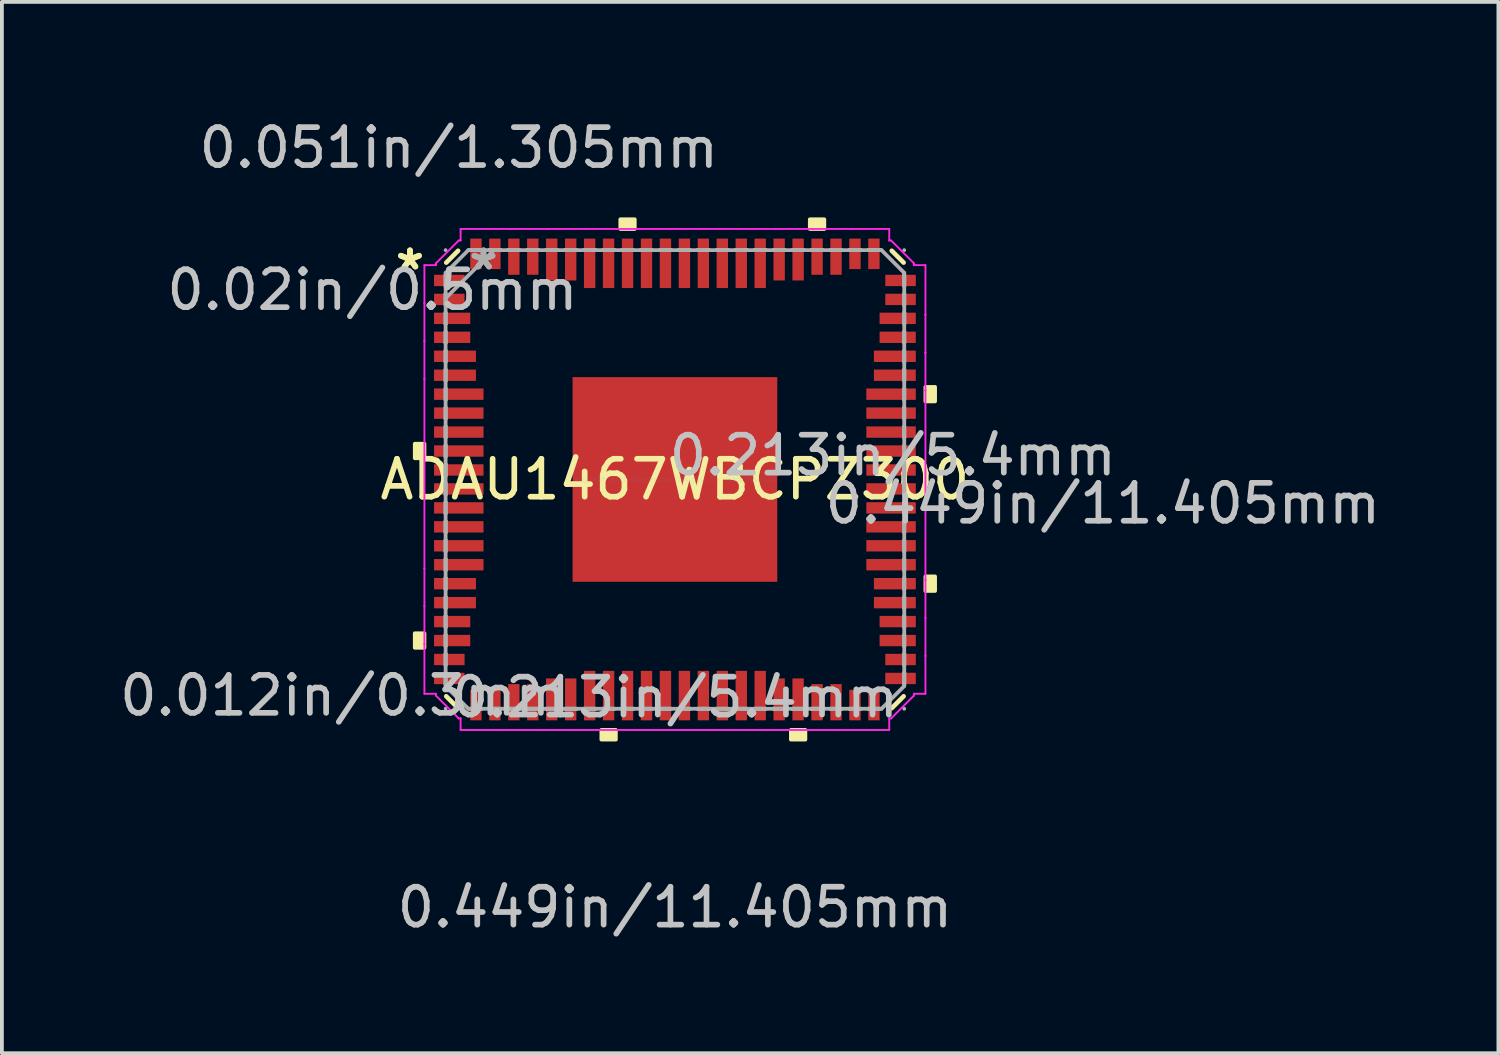
<source format=kicad_pcb>
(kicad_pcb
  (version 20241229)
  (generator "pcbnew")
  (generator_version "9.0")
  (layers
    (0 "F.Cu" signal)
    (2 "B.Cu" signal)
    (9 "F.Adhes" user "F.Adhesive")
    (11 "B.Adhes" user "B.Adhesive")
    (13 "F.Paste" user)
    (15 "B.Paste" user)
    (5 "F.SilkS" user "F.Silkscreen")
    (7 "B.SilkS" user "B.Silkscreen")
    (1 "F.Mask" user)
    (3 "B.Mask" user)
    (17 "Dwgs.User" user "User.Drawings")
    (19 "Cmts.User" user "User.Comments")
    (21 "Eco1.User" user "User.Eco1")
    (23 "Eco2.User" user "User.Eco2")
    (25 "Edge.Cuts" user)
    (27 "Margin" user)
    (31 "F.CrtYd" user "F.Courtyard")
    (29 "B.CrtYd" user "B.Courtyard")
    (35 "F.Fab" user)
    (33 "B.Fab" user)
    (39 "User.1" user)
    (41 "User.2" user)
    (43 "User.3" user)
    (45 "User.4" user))
  (footprint "ADAU1467WBCPZ300"
    (layer "F.Cu")
    (at 14.756 9.599)
    (property "Reference" "ADAU1467WBCPZ300" (at 0 0 0) (layer "F.SilkS") (effects (font (size 1 1) (thickness 0.15))))
    (attr through_hole)
    (fp_line (start -6.034 -5.72) (end -5.72 -6.034) (stroke (width 0.12) (type solid)) (layer "F.SilkS"))
    (fp_line (start -6.034 5.72) (end -5.72 6.034) (stroke (width 0.12) (type solid)) (layer "F.SilkS"))
    (fp_line (start 5.72 -6.034) (end 6.034 -5.72) (stroke (width 0.12) (type solid)) (layer "F.SilkS"))
    (fp_line (start 5.72 6.034) (end 6.034 5.72) (stroke (width 0.12) (type solid)) (layer "F.SilkS"))
    (fp_poly (pts (xy -6.863 -0.941) (xy -6.863 -0.56) (xy -6.609 -0.56) (xy -6.609 -0.941)) (stroke (width 0.1) (type solid)) (fill yes) (layer "F.SilkS"))
    (fp_poly (pts (xy -6.863 4.059) (xy -6.863 4.44) (xy -6.609 4.44) (xy -6.609 4.059)) (stroke (width 0.1) (type solid)) (fill yes) (layer "F.SilkS"))
    (fp_poly (pts (xy -1.94 6.609) (xy -1.94 6.863) (xy -1.559 6.863) (xy -1.559 6.609)) (stroke (width 0.1) (type solid)) (fill yes) (layer "F.SilkS"))
    (fp_poly (pts (xy -1.44 -6.609) (xy -1.44 -6.863) (xy -1.06 -6.863) (xy -1.06 -6.609)) (stroke (width 0.1) (type solid)) (fill yes) (layer "F.SilkS"))
    (fp_poly (pts (xy 3.06 6.609) (xy 3.06 6.863) (xy 3.441 6.863) (xy 3.441 6.609)) (stroke (width 0.1) (type solid)) (fill yes) (layer "F.SilkS"))
    (fp_poly (pts (xy 3.559 -6.609) (xy 3.559 -6.863) (xy 3.941 -6.863) (xy 3.941 -6.609)) (stroke (width 0.1) (type solid)) (fill yes) (layer "F.SilkS"))
    (fp_poly (pts (xy 6.863 -2.441) (xy 6.863 -2.06) (xy 6.609 -2.06) (xy 6.609 -2.441)) (stroke (width 0.1) (type solid)) (fill yes) (layer "F.SilkS"))
    (fp_poly (pts (xy 6.863 2.559) (xy 6.863 2.941) (xy 6.609 2.941) (xy 6.609 2.559)) (stroke (width 0.1) (type solid)) (fill yes) (layer "F.SilkS"))
    (fp_poly (pts (xy -2.6 -2.6) (xy -2.6 -1.45) (xy -1.45 -1.45) (xy -1.45 -2.6)) (stroke (width 0.1) (type solid)) (fill yes) (layer "F.Paste"))
    (fp_poly (pts (xy -2.6 -1.25) (xy -2.6 -0.1) (xy -1.45 -0.1) (xy -1.45 -1.25)) (stroke (width 0.1) (type solid)) (fill yes) (layer "F.Paste"))
    (fp_poly (pts (xy -2.6 0.1) (xy -2.6 1.25) (xy -1.45 1.25) (xy -1.45 0.1)) (stroke (width 0.1) (type solid)) (fill yes) (layer "F.Paste"))
    (fp_poly (pts (xy -2.6 1.45) (xy -2.6 2.6) (xy -1.45 2.6) (xy -1.45 1.45)) (stroke (width 0.1) (type solid)) (fill yes) (layer "F.Paste"))
    (fp_poly (pts (xy -1.25 -2.6) (xy -1.25 -1.45) (xy -0.1 -1.45) (xy -0.1 -2.6)) (stroke (width 0.1) (type solid)) (fill yes) (layer "F.Paste"))
    (fp_poly (pts (xy -1.25 -1.25) (xy -1.25 -0.1) (xy -0.1 -0.1) (xy -0.1 -1.25)) (stroke (width 0.1) (type solid)) (fill yes) (layer "F.Paste"))
    (fp_poly (pts (xy -1.25 0.1) (xy -1.25 1.25) (xy -0.1 1.25) (xy -0.1 0.1)) (stroke (width 0.1) (type solid)) (fill yes) (layer "F.Paste"))
    (fp_poly (pts (xy -1.25 1.45) (xy -1.25 2.6) (xy -0.1 2.6) (xy -0.1 1.45)) (stroke (width 0.1) (type solid)) (fill yes) (layer "F.Paste"))
    (fp_poly (pts (xy 0.1 -2.6) (xy 0.1 -1.45) (xy 1.25 -1.45) (xy 1.25 -2.6)) (stroke (width 0.1) (type solid)) (fill yes) (layer "F.Paste"))
    (fp_poly (pts (xy 0.1 -1.25) (xy 0.1 -0.1) (xy 1.25 -0.1) (xy 1.25 -1.25)) (stroke (width 0.1) (type solid)) (fill yes) (layer "F.Paste"))
    (fp_poly (pts (xy 0.1 0.1) (xy 0.1 1.25) (xy 1.25 1.25) (xy 1.25 0.1)) (stroke (width 0.1) (type solid)) (fill yes) (layer "F.Paste"))
    (fp_poly (pts (xy 0.1 1.45) (xy 0.1 2.6) (xy 1.25 2.6) (xy 1.25 1.45)) (stroke (width 0.1) (type solid)) (fill yes) (layer "F.Paste"))
    (fp_poly (pts (xy 1.45 -2.6) (xy 1.45 -1.45) (xy 2.6 -1.45) (xy 2.6 -2.6)) (stroke (width 0.1) (type solid)) (fill yes) (layer "F.Paste"))
    (fp_poly (pts (xy 1.45 -1.25) (xy 1.45 -0.1) (xy 2.6 -0.1) (xy 2.6 -1.25)) (stroke (width 0.1) (type solid)) (fill yes) (layer "F.Paste"))
    (fp_poly (pts (xy 1.45 0.1) (xy 1.45 1.25) (xy 2.6 1.25) (xy 2.6 0.1)) (stroke (width 0.1) (type solid)) (fill yes) (layer "F.Paste"))
    (fp_poly (pts (xy 1.45 1.45) (xy 1.45 2.6) (xy 2.6 2.6) (xy 2.6 1.45)) (stroke (width 0.1) (type solid)) (fill yes) (layer "F.Paste"))
    (fp_line (start -6.609 -3.654) (end -6.609 -2.654) (stroke (width 0.05) (type solid)) (layer "F.CrtYd"))
    (fp_line (start -6.609 -2.654) (end -6.609 -2.654) (stroke (width 0.05) (type solid)) (layer "F.CrtYd"))
    (fp_line (start -6.609 2.346) (end -6.609 3.346) (stroke (width 0.05) (type solid)) (layer "F.CrtYd"))
    (fp_line (start -6.609 3.346) (end -6.609 3.346) (stroke (width 0.05) (type solid)) (layer "F.CrtYd"))
    (fp_line (start -6.609 -5.654) (end -6.609 -4.654) (stroke (width 0.05) (type solid)) (layer "F.CrtYd"))
    (fp_line (start -6.609 -4.654) (end -6.609 -4.654) (stroke (width 0.05) (type solid)) (layer "F.CrtYd"))
    (fp_line (start -6.609 -2.654) (end -6.609 2.346) (stroke (width 0.05) (type solid)) (layer "F.CrtYd"))
    (fp_line (start -6.609 2.346) (end -6.609 2.346) (stroke (width 0.05) (type solid)) (layer "F.CrtYd"))
    (fp_line (start -6.609 4.346) (end -6.609 5.654) (stroke (width 0.05) (type solid)) (layer "F.CrtYd"))
    (fp_line (start -6.609 5.654) (end -6.304 5.654) (stroke (width 0.05) (type solid)) (layer "F.CrtYd"))
    (fp_line (start -6.609 -4.654) (end -6.609 -3.654) (stroke (width 0.05) (type solid)) (layer "F.CrtYd"))
    (fp_line (start -6.609 -3.654) (end -6.609 -3.654) (stroke (width 0.05) (type solid)) (layer "F.CrtYd"))
    (fp_line (start -6.609 3.346) (end -6.609 4.346) (stroke (width 0.05) (type solid)) (layer "F.CrtYd"))
    (fp_line (start -6.609 4.346) (end -6.609 4.346) (stroke (width 0.05) (type solid)) (layer "F.CrtYd"))
    (fp_line (start -6.304 -5.704) (end -6.304 -5.654) (stroke (width 0.05) (type solid)) (layer "F.CrtYd"))
    (fp_line (start -6.304 -5.654) (end -6.609 -5.654) (stroke (width 0.05) (type solid)) (layer "F.CrtYd"))
    (fp_line (start -6.304 5.654) (end -6.304 5.704) (stroke (width 0.05) (type solid)) (layer "F.CrtYd"))
    (fp_line (start -6.304 5.704) (end -5.704 6.304) (stroke (width 0.05) (type solid)) (layer "F.CrtYd"))
    (fp_line (start -5.704 -6.304) (end -6.304 -5.704) (stroke (width 0.05) (type solid)) (layer "F.CrtYd"))
    (fp_line (start -5.704 6.304) (end -5.654 6.304) (stroke (width 0.05) (type solid)) (layer "F.CrtYd"))
    (fp_line (start -5.654 -6.609) (end -5.654 -6.304) (stroke (width 0.05) (type solid)) (layer "F.CrtYd"))
    (fp_line (start -5.654 -6.304) (end -5.704 -6.304) (stroke (width 0.05) (type solid)) (layer "F.CrtYd"))
    (fp_line (start -5.654 6.304) (end -5.654 6.609) (stroke (width 0.05) (type solid)) (layer "F.CrtYd"))
    (fp_line (start -5.654 6.609) (end -4.654 6.609) (stroke (width 0.05) (type solid)) (layer "F.CrtYd"))
    (fp_line (start -4.654 6.609) (end -3.654 6.609) (stroke (width 0.05) (type solid)) (layer "F.CrtYd"))
    (fp_line (start -4.654 6.609) (end -4.654 6.609) (stroke (width 0.05) (type solid)) (layer "F.CrtYd"))
    (fp_line (start -4.346 -6.609) (end -5.654 -6.609) (stroke (width 0.05) (type solid)) (layer "F.CrtYd"))
    (fp_line (start -4.346 -6.609) (end -4.346 -6.609) (stroke (width 0.05) (type solid)) (layer "F.CrtYd"))
    (fp_line (start -3.654 6.609) (end -3.654 6.609) (stroke (width 0.05) (type solid)) (layer "F.CrtYd"))
    (fp_line (start -3.654 6.609) (end -2.654 6.609) (stroke (width 0.05) (type solid)) (layer "F.CrtYd"))
    (fp_line (start -3.346 -6.609) (end -3.346 -6.609) (stroke (width 0.05) (type solid)) (layer "F.CrtYd"))
    (fp_line (start -3.346 -6.609) (end -4.346 -6.609) (stroke (width 0.05) (type solid)) (layer "F.CrtYd"))
    (fp_line (start -2.654 6.609) (end 2.346 6.609) (stroke (width 0.05) (type solid)) (layer "F.CrtYd"))
    (fp_line (start -2.654 6.609) (end -2.654 6.609) (stroke (width 0.05) (type solid)) (layer "F.CrtYd"))
    (fp_line (start -2.346 -6.609) (end -3.346 -6.609) (stroke (width 0.05) (type solid)) (layer "F.CrtYd"))
    (fp_line (start -2.346 -6.609) (end -2.346 -6.609) (stroke (width 0.05) (type solid)) (layer "F.CrtYd"))
    (fp_line (start 2.346 6.609) (end 2.346 6.609) (stroke (width 0.05) (type solid)) (layer "F.CrtYd"))
    (fp_line (start 2.346 6.609) (end 3.346 6.609) (stroke (width 0.05) (type solid)) (layer "F.CrtYd"))
    (fp_line (start 2.654 -6.609) (end 2.654 -6.609) (stroke (width 0.05) (type solid)) (layer "F.CrtYd"))
    (fp_line (start 2.654 -6.609) (end -2.346 -6.609) (stroke (width 0.05) (type solid)) (layer "F.CrtYd"))
    (fp_line (start 3.346 6.609) (end 4.346 6.609) (stroke (width 0.05) (type solid)) (layer "F.CrtYd"))
    (fp_line (start 3.346 6.609) (end 3.346 6.609) (stroke (width 0.05) (type solid)) (layer "F.CrtYd"))
    (fp_line (start 3.654 -6.609) (end 2.654 -6.609) (stroke (width 0.05) (type solid)) (layer "F.CrtYd"))
    (fp_line (start 3.654 -6.609) (end 3.654 -6.609) (stroke (width 0.05) (type solid)) (layer "F.CrtYd"))
    (fp_line (start 4.346 6.609) (end 4.346 6.609) (stroke (width 0.05) (type solid)) (layer "F.CrtYd"))
    (fp_line (start 4.346 6.609) (end 5.654 6.609) (stroke (width 0.05) (type solid)) (layer "F.CrtYd"))
    (fp_line (start 4.654 -6.609) (end 4.654 -6.609) (stroke (width 0.05) (type solid)) (layer "F.CrtYd"))
    (fp_line (start 4.654 -6.609) (end 3.654 -6.609) (stroke (width 0.05) (type solid)) (layer "F.CrtYd"))
    (fp_line (start 5.654 -6.609) (end 4.654 -6.609) (stroke (width 0.05) (type solid)) (layer "F.CrtYd"))
    (fp_line (start 5.654 -6.304) (end 5.654 -6.609) (stroke (width 0.05) (type solid)) (layer "F.CrtYd"))
    (fp_line (start 5.654 6.304) (end 5.704 6.304) (stroke (width 0.05) (type solid)) (layer "F.CrtYd"))
    (fp_line (start 5.654 6.609) (end 5.654 6.304) (stroke (width 0.05) (type solid)) (layer "F.CrtYd"))
    (fp_line (start 5.704 -6.304) (end 5.654 -6.304) (stroke (width 0.05) (type solid)) (layer "F.CrtYd"))
    (fp_line (start 5.704 6.304) (end 6.304 5.704) (stroke (width 0.05) (type solid)) (layer "F.CrtYd"))
    (fp_line (start 6.304 -5.704) (end 5.704 -6.304) (stroke (width 0.05) (type solid)) (layer "F.CrtYd"))
    (fp_line (start 6.304 -5.654) (end 6.304 -5.704) (stroke (width 0.05) (type solid)) (layer "F.CrtYd"))
    (fp_line (start 6.304 5.654) (end 6.609 5.654) (stroke (width 0.05) (type solid)) (layer "F.CrtYd"))
    (fp_line (start 6.304 5.704) (end 6.304 5.654) (stroke (width 0.05) (type solid)) (layer "F.CrtYd"))
    (fp_line (start 6.609 -4.346) (end 6.609 -4.346) (stroke (width 0.05) (type solid)) (layer "F.CrtYd"))
    (fp_line (start 6.609 -3.346) (end 6.609 -4.346) (stroke (width 0.05) (type solid)) (layer "F.CrtYd"))
    (fp_line (start 6.609 3.654) (end 6.609 3.654) (stroke (width 0.05) (type solid)) (layer "F.CrtYd"))
    (fp_line (start 6.609 4.654) (end 6.609 3.654) (stroke (width 0.05) (type solid)) (layer "F.CrtYd"))
    (fp_line (start 6.609 -5.654) (end 6.304 -5.654) (stroke (width 0.05) (type solid)) (layer "F.CrtYd"))
    (fp_line (start 6.609 -4.346) (end 6.609 -5.654) (stroke (width 0.05) (type solid)) (layer "F.CrtYd"))
    (fp_line (start 6.609 -2.346) (end 6.609 -2.346) (stroke (width 0.05) (type solid)) (layer "F.CrtYd"))
    (fp_line (start 6.609 2.654) (end 6.609 -2.346) (stroke (width 0.05) (type solid)) (layer "F.CrtYd"))
    (fp_line (start 6.609 4.654) (end 6.609 4.654) (stroke (width 0.05) (type solid)) (layer "F.CrtYd"))
    (fp_line (start 6.609 5.654) (end 6.609 4.654) (stroke (width 0.05) (type solid)) (layer "F.CrtYd"))
    (fp_line (start 6.609 -3.346) (end 6.609 -3.346) (stroke (width 0.05) (type solid)) (layer "F.CrtYd"))
    (fp_line (start 6.609 -2.346) (end 6.609 -3.346) (stroke (width 0.05) (type solid)) (layer "F.CrtYd"))
    (fp_line (start 6.609 2.654) (end 6.609 2.654) (stroke (width 0.05) (type solid)) (layer "F.CrtYd"))
    (fp_line (start 6.609 3.654) (end 6.609 2.654) (stroke (width 0.05) (type solid)) (layer "F.CrtYd"))
    (fp_line (start -6.05 -6.05) (end -6.05 -6.05) (stroke (width 0.1) (type solid)) (layer "F.Fab"))
    (fp_line (start -6.05 -5.45) (end -6.05 5.45) (stroke (width 0.1) (type solid)) (layer "F.Fab"))
    (fp_line (start -6.05 -5.45) (end -5.45 -6.05) (stroke (width 0.1) (type solid)) (layer "F.Fab"))
    (fp_line (start -6.05 -5.4) (end -6.05 -5.4) (stroke (width 0.1) (type solid)) (layer "F.Fab"))
    (fp_line (start -6.05 -5.4) (end -6.05 -5.1) (stroke (width 0.1) (type solid)) (layer "F.Fab"))
    (fp_line (start -6.05 -5.1) (end -6.05 -5.4) (stroke (width 0.1) (type solid)) (layer "F.Fab"))
    (fp_line (start -6.05 -5.1) (end -6.05 -5.1) (stroke (width 0.1) (type solid)) (layer "F.Fab"))
    (fp_line (start -6.05 -4.9) (end -6.05 -4.9) (stroke (width 0.1) (type solid)) (layer "F.Fab"))
    (fp_line (start -6.05 -4.9) (end -6.05 -4.6) (stroke (width 0.1) (type solid)) (layer "F.Fab"))
    (fp_line (start -6.05 -4.78) (end -4.78 -6.05) (stroke (width 0.1) (type solid)) (layer "F.Fab"))
    (fp_line (start -6.05 -4.6) (end -6.05 -4.9) (stroke (width 0.1) (type solid)) (layer "F.Fab"))
    (fp_line (start -6.05 -4.6) (end -6.05 -4.6) (stroke (width 0.1) (type solid)) (layer "F.Fab"))
    (fp_line (start -6.05 -4.4) (end -6.05 -4.4) (stroke (width 0.1) (type solid)) (layer "F.Fab"))
    (fp_line (start -6.05 -4.4) (end -6.05 -4.1) (stroke (width 0.1) (type solid)) (layer "F.Fab"))
    (fp_line (start -6.05 -4.1) (end -6.05 -4.4) (stroke (width 0.1) (type solid)) (layer "F.Fab"))
    (fp_line (start -6.05 -4.1) (end -6.05 -4.1) (stroke (width 0.1) (type solid)) (layer "F.Fab"))
    (fp_line (start -6.05 -3.9) (end -6.05 -3.9) (stroke (width 0.1) (type solid)) (layer "F.Fab"))
    (fp_line (start -6.05 -3.9) (end -6.05 -3.6) (stroke (width 0.1) (type solid)) (layer "F.Fab"))
    (fp_line (start -6.05 -3.6) (end -6.05 -3.9) (stroke (width 0.1) (type solid)) (layer "F.Fab"))
    (fp_line (start -6.05 -3.6) (end -6.05 -3.6) (stroke (width 0.1) (type solid)) (layer "F.Fab"))
    (fp_line (start -6.05 -3.4) (end -6.05 -3.4) (stroke (width 0.1) (type solid)) (layer "F.Fab"))
    (fp_line (start -6.05 -3.4) (end -6.05 -3.1) (stroke (width 0.1) (type solid)) (layer "F.Fab"))
    (fp_line (start -6.05 -3.1) (end -6.05 -3.4) (stroke (width 0.1) (type solid)) (layer "F.Fab"))
    (fp_line (start -6.05 -3.1) (end -6.05 -3.1) (stroke (width 0.1) (type solid)) (layer "F.Fab"))
    (fp_line (start -6.05 -2.9) (end -6.05 -2.9) (stroke (width 0.1) (type solid)) (layer "F.Fab"))
    (fp_line (start -6.05 -2.9) (end -6.05 -2.6) (stroke (width 0.1) (type solid)) (layer "F.Fab"))
    (fp_line (start -6.05 -2.6) (end -6.05 -2.9) (stroke (width 0.1) (type solid)) (layer "F.Fab"))
    (fp_line (start -6.05 -2.6) (end -6.05 -2.6) (stroke (width 0.1) (type solid)) (layer "F.Fab"))
    (fp_line (start -6.05 -2.4) (end -6.05 -2.4) (stroke (width 0.1) (type solid)) (layer "F.Fab"))
    (fp_line (start -6.05 -2.4) (end -6.05 -2.1) (stroke (width 0.1) (type solid)) (layer "F.Fab"))
    (fp_line (start -6.05 -2.1) (end -6.05 -2.4) (stroke (width 0.1) (type solid)) (layer "F.Fab"))
    (fp_line (start -6.05 -2.1) (end -6.05 -2.1) (stroke (width 0.1) (type solid)) (layer "F.Fab"))
    (fp_line (start -6.05 -1.9) (end -6.05 -1.9) (stroke (width 0.1) (type solid)) (layer "F.Fab"))
    (fp_line (start -6.05 -1.9) (end -6.05 -1.6) (stroke (width 0.1) (type solid)) (layer "F.Fab"))
    (fp_line (start -6.05 -1.6) (end -6.05 -1.9) (stroke (width 0.1) (type solid)) (layer "F.Fab"))
    (fp_line (start -6.05 -1.6) (end -6.05 -1.6) (stroke (width 0.1) (type solid)) (layer "F.Fab"))
    (fp_line (start -6.05 -1.4) (end -6.05 -1.4) (stroke (width 0.1) (type solid)) (layer "F.Fab"))
    (fp_line (start -6.05 -1.4) (end -6.05 -1.1) (stroke (width 0.1) (type solid)) (layer "F.Fab"))
    (fp_line (start -6.05 -1.1) (end -6.05 -1.4) (stroke (width 0.1) (type solid)) (layer "F.Fab"))
    (fp_line (start -6.05 -1.1) (end -6.05 -1.1) (stroke (width 0.1) (type solid)) (layer "F.Fab"))
    (fp_line (start -6.05 -0.9) (end -6.05 -0.9) (stroke (width 0.1) (type solid)) (layer "F.Fab"))
    (fp_line (start -6.05 -0.9) (end -6.05 -0.6) (stroke (width 0.1) (type solid)) (layer "F.Fab"))
    (fp_line (start -6.05 -0.6) (end -6.05 -0.9) (stroke (width 0.1) (type solid)) (layer "F.Fab"))
    (fp_line (start -6.05 -0.6) (end -6.05 -0.6) (stroke (width 0.1) (type solid)) (layer "F.Fab"))
    (fp_line (start -6.05 -0.4) (end -6.05 -0.4) (stroke (width 0.1) (type solid)) (layer "F.Fab"))
    (fp_line (start -6.05 -0.4) (end -6.05 -0.1) (stroke (width 0.1) (type solid)) (layer "F.Fab"))
    (fp_line (start -6.05 -0.1) (end -6.05 -0.4) (stroke (width 0.1) (type solid)) (layer "F.Fab"))
    (fp_line (start -6.05 -0.1) (end -6.05 -0.1) (stroke (width 0.1) (type solid)) (layer "F.Fab"))
    (fp_line (start -6.05 0.1) (end -6.05 0.1) (stroke (width 0.1) (type solid)) (layer "F.Fab"))
    (fp_line (start -6.05 0.1) (end -6.05 0.4) (stroke (width 0.1) (type solid)) (layer "F.Fab"))
    (fp_line (start -6.05 0.4) (end -6.05 0.1) (stroke (width 0.1) (type solid)) (layer "F.Fab"))
    (fp_line (start -6.05 0.4) (end -6.05 0.4) (stroke (width 0.1) (type solid)) (layer "F.Fab"))
    (fp_line (start -6.05 0.6) (end -6.05 0.6) (stroke (width 0.1) (type solid)) (layer "F.Fab"))
    (fp_line (start -6.05 0.6) (end -6.05 0.9) (stroke (width 0.1) (type solid)) (layer "F.Fab"))
    (fp_line (start -6.05 0.9) (end -6.05 0.6) (stroke (width 0.1) (type solid)) (layer "F.Fab"))
    (fp_line (start -6.05 0.9) (end -6.05 0.9) (stroke (width 0.1) (type solid)) (layer "F.Fab"))
    (fp_line (start -6.05 1.1) (end -6.05 1.1) (stroke (width 0.1) (type solid)) (layer "F.Fab"))
    (fp_line (start -6.05 1.1) (end -6.05 1.4) (stroke (width 0.1) (type solid)) (layer "F.Fab"))
    (fp_line (start -6.05 1.4) (end -6.05 1.1) (stroke (width 0.1) (type solid)) (layer "F.Fab"))
    (fp_line (start -6.05 1.4) (end -6.05 1.4) (stroke (width 0.1) (type solid)) (layer "F.Fab"))
    (fp_line (start -6.05 1.6) (end -6.05 1.6) (stroke (width 0.1) (type solid)) (layer "F.Fab"))
    (fp_line (start -6.05 1.6) (end -6.05 1.9) (stroke (width 0.1) (type solid)) (layer "F.Fab"))
    (fp_line (start -6.05 1.9) (end -6.05 1.6) (stroke (width 0.1) (type solid)) (layer "F.Fab"))
    (fp_line (start -6.05 1.9) (end -6.05 1.9) (stroke (width 0.1) (type solid)) (layer "F.Fab"))
    (fp_line (start -6.05 2.1) (end -6.05 2.1) (stroke (width 0.1) (type solid)) (layer "F.Fab"))
    (fp_line (start -6.05 2.1) (end -6.05 2.4) (stroke (width 0.1) (type solid)) (layer "F.Fab"))
    (fp_line (start -6.05 2.4) (end -6.05 2.1) (stroke (width 0.1) (type solid)) (layer "F.Fab"))
    (fp_line (start -6.05 2.4) (end -6.05 2.4) (stroke (width 0.1) (type solid)) (layer "F.Fab"))
    (fp_line (start -6.05 2.6) (end -6.05 2.6) (stroke (width 0.1) (type solid)) (layer "F.Fab"))
    (fp_line (start -6.05 2.6) (end -6.05 2.9) (stroke (width 0.1) (type solid)) (layer "F.Fab"))
    (fp_line (start -6.05 2.9) (end -6.05 2.6) (stroke (width 0.1) (type solid)) (layer "F.Fab"))
    (fp_line (start -6.05 2.9) (end -6.05 2.9) (stroke (width 0.1) (type solid)) (layer "F.Fab"))
    (fp_line (start -6.05 3.1) (end -6.05 3.1) (stroke (width 0.1) (type solid)) (layer "F.Fab"))
    (fp_line (start -6.05 3.1) (end -6.05 3.4) (stroke (width 0.1) (type solid)) (layer "F.Fab"))
    (fp_line (start -6.05 3.4) (end -6.05 3.1) (stroke (width 0.1) (type solid)) (layer "F.Fab"))
    (fp_line (start -6.05 3.4) (end -6.05 3.4) (stroke (width 0.1) (type solid)) (layer "F.Fab"))
    (fp_line (start -6.05 3.6) (end -6.05 3.6) (stroke (width 0.1) (type solid)) (layer "F.Fab"))
    (fp_line (start -6.05 3.6) (end -6.05 3.9) (stroke (width 0.1) (type solid)) (layer "F.Fab"))
    (fp_line (start -6.05 3.9) (end -6.05 3.6) (stroke (width 0.1) (type solid)) (layer "F.Fab"))
    (fp_line (start -6.05 3.9) (end -6.05 3.9) (stroke (width 0.1) (type solid)) (layer "F.Fab"))
    (fp_line (start -6.05 4.1) (end -6.05 4.1) (stroke (width 0.1) (type solid)) (layer "F.Fab"))
    (fp_line (start -6.05 4.1) (end -6.05 4.4) (stroke (width 0.1) (type solid)) (layer "F.Fab"))
    (fp_line (start -6.05 4.4) (end -6.05 4.1) (stroke (width 0.1) (type solid)) (layer "F.Fab"))
    (fp_line (start -6.05 4.4) (end -6.05 4.4) (stroke (width 0.1) (type solid)) (layer "F.Fab"))
    (fp_line (start -6.05 4.6) (end -6.05 4.6) (stroke (width 0.1) (type solid)) (layer "F.Fab"))
    (fp_line (start -6.05 4.6) (end -6.05 4.9) (stroke (width 0.1) (type solid)) (layer "F.Fab"))
    (fp_line (start -6.05 4.9) (end -6.05 4.6) (stroke (width 0.1) (type solid)) (layer "F.Fab"))
    (fp_line (start -6.05 4.9) (end -6.05 4.9) (stroke (width 0.1) (type solid)) (layer "F.Fab"))
    (fp_line (start -6.05 5.1) (end -6.05 5.1) (stroke (width 0.1) (type solid)) (layer "F.Fab"))
    (fp_line (start -6.05 5.1) (end -6.05 5.4) (stroke (width 0.1) (type solid)) (layer "F.Fab"))
    (fp_line (start -6.05 5.4) (end -6.05 5.1) (stroke (width 0.1) (type solid)) (layer "F.Fab"))
    (fp_line (start -6.05 5.4) (end -6.05 5.4) (stroke (width 0.1) (type solid)) (layer "F.Fab"))
    (fp_line (start -6.05 5.45) (end -5.45 6.05) (stroke (width 0.1) (type solid)) (layer "F.Fab"))
    (fp_line (start -6.05 6.05) (end -6.05 6.05) (stroke (width 0.1) (type solid)) (layer "F.Fab"))
    (fp_line (start -5.45 6.05) (end 5.45 6.05) (stroke (width 0.1) (type solid)) (layer "F.Fab"))
    (fp_line (start -5.4 -6.05) (end -5.4 -6.05) (stroke (width 0.1) (type solid)) (layer "F.Fab"))
    (fp_line (start -5.4 -6.05) (end -5.1 -6.05) (stroke (width 0.1) (type solid)) (layer "F.Fab"))
    (fp_line (start -5.4 6.05) (end -5.4 6.05) (stroke (width 0.1) (type solid)) (layer "F.Fab"))
    (fp_line (start -5.4 6.05) (end -5.1 6.05) (stroke (width 0.1) (type solid)) (layer "F.Fab"))
    (fp_line (start -5.1 -6.05) (end -5.4 -6.05) (stroke (width 0.1) (type solid)) (layer "F.Fab"))
    (fp_line (start -5.1 -6.05) (end -5.1 -6.05) (stroke (width 0.1) (type solid)) (layer "F.Fab"))
    (fp_line (start -5.1 6.05) (end -5.4 6.05) (stroke (width 0.1) (type solid)) (layer "F.Fab"))
    (fp_line (start -5.1 6.05) (end -5.1 6.05) (stroke (width 0.1) (type solid)) (layer "F.Fab"))
    (fp_line (start -4.9 -6.05) (end -4.9 -6.05) (stroke (width 0.1) (type solid)) (layer "F.Fab"))
    (fp_line (start -4.9 -6.05) (end -4.6 -6.05) (stroke (width 0.1) (type solid)) (layer "F.Fab"))
    (fp_line (start -4.9 6.05) (end -4.9 6.05) (stroke (width 0.1) (type solid)) (layer "F.Fab"))
    (fp_line (start -4.9 6.05) (end -4.6 6.05) (stroke (width 0.1) (type solid)) (layer "F.Fab"))
    (fp_line (start -4.6 -6.05) (end -4.9 -6.05) (stroke (width 0.1) (type solid)) (layer "F.Fab"))
    (fp_line (start -4.6 -6.05) (end -4.6 -6.05) (stroke (width 0.1) (type solid)) (layer "F.Fab"))
    (fp_line (start -4.6 6.05) (end -4.9 6.05) (stroke (width 0.1) (type solid)) (layer "F.Fab"))
    (fp_line (start -4.6 6.05) (end -4.6 6.05) (stroke (width 0.1) (type solid)) (layer "F.Fab"))
    (fp_line (start -4.4 -6.05) (end -4.4 -6.05) (stroke (width 0.1) (type solid)) (layer "F.Fab"))
    (fp_line (start -4.4 -6.05) (end -4.1 -6.05) (stroke (width 0.1) (type solid)) (layer "F.Fab"))
    (fp_line (start -4.4 6.05) (end -4.4 6.05) (stroke (width 0.1) (type solid)) (layer "F.Fab"))
    (fp_line (start -4.4 6.05) (end -4.1 6.05) (stroke (width 0.1) (type solid)) (layer "F.Fab"))
    (fp_line (start -4.1 -6.05) (end -4.4 -6.05) (stroke (width 0.1) (type solid)) (layer "F.Fab"))
    (fp_line (start -4.1 -6.05) (end -4.1 -6.05) (stroke (width 0.1) (type solid)) (layer "F.Fab"))
    (fp_line (start -4.1 6.05) (end -4.4 6.05) (stroke (width 0.1) (type solid)) (layer "F.Fab"))
    (fp_line (start -4.1 6.05) (end -4.1 6.05) (stroke (width 0.1) (type solid)) (layer "F.Fab"))
    (fp_line (start -3.9 -6.05) (end -3.9 -6.05) (stroke (width 0.1) (type solid)) (layer "F.Fab"))
    (fp_line (start -3.9 -6.05) (end -3.6 -6.05) (stroke (width 0.1) (type solid)) (layer "F.Fab"))
    (fp_line (start -3.9 6.05) (end -3.9 6.05) (stroke (width 0.1) (type solid)) (layer "F.Fab"))
    (fp_line (start -3.9 6.05) (end -3.6 6.05) (stroke (width 0.1) (type solid)) (layer "F.Fab"))
    (fp_line (start -3.6 -6.05) (end -3.9 -6.05) (stroke (width 0.1) (type solid)) (layer "F.Fab"))
    (fp_line (start -3.6 -6.05) (end -3.6 -6.05) (stroke (width 0.1) (type solid)) (layer "F.Fab"))
    (fp_line (start -3.6 6.05) (end -3.9 6.05) (stroke (width 0.1) (type solid)) (layer "F.Fab"))
    (fp_line (start -3.6 6.05) (end -3.6 6.05) (stroke (width 0.1) (type solid)) (layer "F.Fab"))
    (fp_line (start -3.4 -6.05) (end -3.4 -6.05) (stroke (width 0.1) (type solid)) (layer "F.Fab"))
    (fp_line (start -3.4 -6.05) (end -3.1 -6.05) (stroke (width 0.1) (type solid)) (layer "F.Fab"))
    (fp_line (start -3.4 6.05) (end -3.4 6.05) (stroke (width 0.1) (type solid)) (layer "F.Fab"))
    (fp_line (start -3.4 6.05) (end -3.1 6.05) (stroke (width 0.1) (type solid)) (layer "F.Fab"))
    (fp_line (start -3.1 -6.05) (end -3.4 -6.05) (stroke (width 0.1) (type solid)) (layer "F.Fab"))
    (fp_line (start -3.1 -6.05) (end -3.1 -6.05) (stroke (width 0.1) (type solid)) (layer "F.Fab"))
    (fp_line (start -3.1 6.05) (end -3.4 6.05) (stroke (width 0.1) (type solid)) (layer "F.Fab"))
    (fp_line (start -3.1 6.05) (end -3.1 6.05) (stroke (width 0.1) (type solid)) (layer "F.Fab"))
    (fp_line (start -2.9 -6.05) (end -2.9 -6.05) (stroke (width 0.1) (type solid)) (layer "F.Fab"))
    (fp_line (start -2.9 -6.05) (end -2.6 -6.05) (stroke (width 0.1) (type solid)) (layer "F.Fab"))
    (fp_line (start -2.9 6.05) (end -2.9 6.05) (stroke (width 0.1) (type solid)) (layer "F.Fab"))
    (fp_line (start -2.9 6.05) (end -2.6 6.05) (stroke (width 0.1) (type solid)) (layer "F.Fab"))
    (fp_line (start -2.6 -6.05) (end -2.9 -6.05) (stroke (width 0.1) (type solid)) (layer "F.Fab"))
    (fp_line (start -2.6 -6.05) (end -2.6 -6.05) (stroke (width 0.1) (type solid)) (layer "F.Fab"))
    (fp_line (start -2.6 6.05) (end -2.9 6.05) (stroke (width 0.1) (type solid)) (layer "F.Fab"))
    (fp_line (start -2.6 6.05) (end -2.6 6.05) (stroke (width 0.1) (type solid)) (layer "F.Fab"))
    (fp_line (start -2.4 -6.05) (end -2.4 -6.05) (stroke (width 0.1) (type solid)) (layer "F.Fab"))
    (fp_line (start -2.4 -6.05) (end -2.1 -6.05) (stroke (width 0.1) (type solid)) (layer "F.Fab"))
    (fp_line (start -2.4 6.05) (end -2.4 6.05) (stroke (width 0.1) (type solid)) (layer "F.Fab"))
    (fp_line (start -2.4 6.05) (end -2.1 6.05) (stroke (width 0.1) (type solid)) (layer "F.Fab"))
    (fp_line (start -2.1 -6.05) (end -2.4 -6.05) (stroke (width 0.1) (type solid)) (layer "F.Fab"))
    (fp_line (start -2.1 -6.05) (end -2.1 -6.05) (stroke (width 0.1) (type solid)) (layer "F.Fab"))
    (fp_line (start -2.1 6.05) (end -2.4 6.05) (stroke (width 0.1) (type solid)) (layer "F.Fab"))
    (fp_line (start -2.1 6.05) (end -2.1 6.05) (stroke (width 0.1) (type solid)) (layer "F.Fab"))
    (fp_line (start -1.9 -6.05) (end -1.9 -6.05) (stroke (width 0.1) (type solid)) (layer "F.Fab"))
    (fp_line (start -1.9 -6.05) (end -1.6 -6.05) (stroke (width 0.1) (type solid)) (layer "F.Fab"))
    (fp_line (start -1.9 6.05) (end -1.9 6.05) (stroke (width 0.1) (type solid)) (layer "F.Fab"))
    (fp_line (start -1.9 6.05) (end -1.6 6.05) (stroke (width 0.1) (type solid)) (layer "F.Fab"))
    (fp_line (start -1.6 -6.05) (end -1.9 -6.05) (stroke (width 0.1) (type solid)) (layer "F.Fab"))
    (fp_line (start -1.6 -6.05) (end -1.6 -6.05) (stroke (width 0.1) (type solid)) (layer "F.Fab"))
    (fp_line (start -1.6 6.05) (end -1.9 6.05) (stroke (width 0.1) (type solid)) (layer "F.Fab"))
    (fp_line (start -1.6 6.05) (end -1.6 6.05) (stroke (width 0.1) (type solid)) (layer "F.Fab"))
    (fp_line (start -1.4 -6.05) (end -1.4 -6.05) (stroke (width 0.1) (type solid)) (layer "F.Fab"))
    (fp_line (start -1.4 -6.05) (end -1.1 -6.05) (stroke (width 0.1) (type solid)) (layer "F.Fab"))
    (fp_line (start -1.4 6.05) (end -1.4 6.05) (stroke (width 0.1) (type solid)) (layer "F.Fab"))
    (fp_line (start -1.4 6.05) (end -1.1 6.05) (stroke (width 0.1) (type solid)) (layer "F.Fab"))
    (fp_line (start -1.1 -6.05) (end -1.4 -6.05) (stroke (width 0.1) (type solid)) (layer "F.Fab"))
    (fp_line (start -1.1 -6.05) (end -1.1 -6.05) (stroke (width 0.1) (type solid)) (layer "F.Fab"))
    (fp_line (start -1.1 6.05) (end -1.4 6.05) (stroke (width 0.1) (type solid)) (layer "F.Fab"))
    (fp_line (start -1.1 6.05) (end -1.1 6.05) (stroke (width 0.1) (type solid)) (layer "F.Fab"))
    (fp_line (start -0.9 -6.05) (end -0.9 -6.05) (stroke (width 0.1) (type solid)) (layer "F.Fab"))
    (fp_line (start -0.9 -6.05) (end -0.6 -6.05) (stroke (width 0.1) (type solid)) (layer "F.Fab"))
    (fp_line (start -0.9 6.05) (end -0.9 6.05) (stroke (width 0.1) (type solid)) (layer "F.Fab"))
    (fp_line (start -0.9 6.05) (end -0.6 6.05) (stroke (width 0.1) (type solid)) (layer "F.Fab"))
    (fp_line (start -0.6 -6.05) (end -0.9 -6.05) (stroke (width 0.1) (type solid)) (layer "F.Fab"))
    (fp_line (start -0.6 -6.05) (end -0.6 -6.05) (stroke (width 0.1) (type solid)) (layer "F.Fab"))
    (fp_line (start -0.6 6.05) (end -0.9 6.05) (stroke (width 0.1) (type solid)) (layer "F.Fab"))
    (fp_line (start -0.6 6.05) (end -0.6 6.05) (stroke (width 0.1) (type solid)) (layer "F.Fab"))
    (fp_line (start -0.4 -6.05) (end -0.4 -6.05) (stroke (width 0.1) (type solid)) (layer "F.Fab"))
    (fp_line (start -0.4 -6.05) (end -0.1 -6.05) (stroke (width 0.1) (type solid)) (layer "F.Fab"))
    (fp_line (start -0.4 6.05) (end -0.4 6.05) (stroke (width 0.1) (type solid)) (layer "F.Fab"))
    (fp_line (start -0.4 6.05) (end -0.1 6.05) (stroke (width 0.1) (type solid)) (layer "F.Fab"))
    (fp_line (start -0.1 -6.05) (end -0.4 -6.05) (stroke (width 0.1) (type solid)) (layer "F.Fab"))
    (fp_line (start -0.1 -6.05) (end -0.1 -6.05) (stroke (width 0.1) (type solid)) (layer "F.Fab"))
    (fp_line (start -0.1 6.05) (end -0.4 6.05) (stroke (width 0.1) (type solid)) (layer "F.Fab"))
    (fp_line (start -0.1 6.05) (end -0.1 6.05) (stroke (width 0.1) (type solid)) (layer "F.Fab"))
    (fp_line (start 0.1 -6.05) (end 0.1 -6.05) (stroke (width 0.1) (type solid)) (layer "F.Fab"))
    (fp_line (start 0.1 -6.05) (end 0.4 -6.05) (stroke (width 0.1) (type solid)) (layer "F.Fab"))
    (fp_line (start 0.1 6.05) (end 0.1 6.05) (stroke (width 0.1) (type solid)) (layer "F.Fab"))
    (fp_line (start 0.1 6.05) (end 0.4 6.05) (stroke (width 0.1) (type solid)) (layer "F.Fab"))
    (fp_line (start 0.4 -6.05) (end 0.1 -6.05) (stroke (width 0.1) (type solid)) (layer "F.Fab"))
    (fp_line (start 0.4 -6.05) (end 0.4 -6.05) (stroke (width 0.1) (type solid)) (layer "F.Fab"))
    (fp_line (start 0.4 6.05) (end 0.1 6.05) (stroke (width 0.1) (type solid)) (layer "F.Fab"))
    (fp_line (start 0.4 6.05) (end 0.4 6.05) (stroke (width 0.1) (type solid)) (layer "F.Fab"))
    (fp_line (start 0.6 -6.05) (end 0.6 -6.05) (stroke (width 0.1) (type solid)) (layer "F.Fab"))
    (fp_line (start 0.6 -6.05) (end 0.9 -6.05) (stroke (width 0.1) (type solid)) (layer "F.Fab"))
    (fp_line (start 0.6 6.05) (end 0.6 6.05) (stroke (width 0.1) (type solid)) (layer "F.Fab"))
    (fp_line (start 0.6 6.05) (end 0.9 6.05) (stroke (width 0.1) (type solid)) (layer "F.Fab"))
    (fp_line (start 0.9 -6.05) (end 0.6 -6.05) (stroke (width 0.1) (type solid)) (layer "F.Fab"))
    (fp_line (start 0.9 -6.05) (end 0.9 -6.05) (stroke (width 0.1) (type solid)) (layer "F.Fab"))
    (fp_line (start 0.9 6.05) (end 0.6 6.05) (stroke (width 0.1) (type solid)) (layer "F.Fab"))
    (fp_line (start 0.9 6.05) (end 0.9 6.05) (stroke (width 0.1) (type solid)) (layer "F.Fab"))
    (fp_line (start 1.1 -6.05) (end 1.1 -6.05) (stroke (width 0.1) (type solid)) (layer "F.Fab"))
    (fp_line (start 1.1 -6.05) (end 1.4 -6.05) (stroke (width 0.1) (type solid)) (layer "F.Fab"))
    (fp_line (start 1.1 6.05) (end 1.1 6.05) (stroke (width 0.1) (type solid)) (layer "F.Fab"))
    (fp_line (start 1.1 6.05) (end 1.4 6.05) (stroke (width 0.1) (type solid)) (layer "F.Fab"))
    (fp_line (start 1.4 -6.05) (end 1.1 -6.05) (stroke (width 0.1) (type solid)) (layer "F.Fab"))
    (fp_line (start 1.4 -6.05) (end 1.4 -6.05) (stroke (width 0.1) (type solid)) (layer "F.Fab"))
    (fp_line (start 1.4 6.05) (end 1.1 6.05) (stroke (width 0.1) (type solid)) (layer "F.Fab"))
    (fp_line (start 1.4 6.05) (end 1.4 6.05) (stroke (width 0.1) (type solid)) (layer "F.Fab"))
    (fp_line (start 1.6 -6.05) (end 1.6 -6.05) (stroke (width 0.1) (type solid)) (layer "F.Fab"))
    (fp_line (start 1.6 -6.05) (end 1.9 -6.05) (stroke (width 0.1) (type solid)) (layer "F.Fab"))
    (fp_line (start 1.6 6.05) (end 1.6 6.05) (stroke (width 0.1) (type solid)) (layer "F.Fab"))
    (fp_line (start 1.6 6.05) (end 1.9 6.05) (stroke (width 0.1) (type solid)) (layer "F.Fab"))
    (fp_line (start 1.9 -6.05) (end 1.6 -6.05) (stroke (width 0.1) (type solid)) (layer "F.Fab"))
    (fp_line (start 1.9 -6.05) (end 1.9 -6.05) (stroke (width 0.1) (type solid)) (layer "F.Fab"))
    (fp_line (start 1.9 6.05) (end 1.6 6.05) (stroke (width 0.1) (type solid)) (layer "F.Fab"))
    (fp_line (start 1.9 6.05) (end 1.9 6.05) (stroke (width 0.1) (type solid)) (layer "F.Fab"))
    (fp_line (start 2.1 -6.05) (end 2.1 -6.05) (stroke (width 0.1) (type solid)) (layer "F.Fab"))
    (fp_line (start 2.1 -6.05) (end 2.4 -6.05) (stroke (width 0.1) (type solid)) (layer "F.Fab"))
    (fp_line (start 2.1 6.05) (end 2.1 6.05) (stroke (width 0.1) (type solid)) (layer "F.Fab"))
    (fp_line (start 2.1 6.05) (end 2.4 6.05) (stroke (width 0.1) (type solid)) (layer "F.Fab"))
    (fp_line (start 2.4 -6.05) (end 2.1 -6.05) (stroke (width 0.1) (type solid)) (layer "F.Fab"))
    (fp_line (start 2.4 -6.05) (end 2.4 -6.05) (stroke (width 0.1) (type solid)) (layer "F.Fab"))
    (fp_line (start 2.4 6.05) (end 2.1 6.05) (stroke (width 0.1) (type solid)) (layer "F.Fab"))
    (fp_line (start 2.4 6.05) (end 2.4 6.05) (stroke (width 0.1) (type solid)) (layer "F.Fab"))
    (fp_line (start 2.6 -6.05) (end 2.6 -6.05) (stroke (width 0.1) (type solid)) (layer "F.Fab"))
    (fp_line (start 2.6 -6.05) (end 2.9 -6.05) (stroke (width 0.1) (type solid)) (layer "F.Fab"))
    (fp_line (start 2.6 6.05) (end 2.6 6.05) (stroke (width 0.1) (type solid)) (layer "F.Fab"))
    (fp_line (start 2.6 6.05) (end 2.9 6.05) (stroke (width 0.1) (type solid)) (layer "F.Fab"))
    (fp_line (start 2.9 -6.05) (end 2.6 -6.05) (stroke (width 0.1) (type solid)) (layer "F.Fab"))
    (fp_line (start 2.9 -6.05) (end 2.9 -6.05) (stroke (width 0.1) (type solid)) (layer "F.Fab"))
    (fp_line (start 2.9 6.05) (end 2.6 6.05) (stroke (width 0.1) (type solid)) (layer "F.Fab"))
    (fp_line (start 2.9 6.05) (end 2.9 6.05) (stroke (width 0.1) (type solid)) (layer "F.Fab"))
    (fp_line (start 3.1 -6.05) (end 3.1 -6.05) (stroke (width 0.1) (type solid)) (layer "F.Fab"))
    (fp_line (start 3.1 -6.05) (end 3.4 -6.05) (stroke (width 0.1) (type solid)) (layer "F.Fab"))
    (fp_line (start 3.1 6.05) (end 3.1 6.05) (stroke (width 0.1) (type solid)) (layer "F.Fab"))
    (fp_line (start 3.1 6.05) (end 3.4 6.05) (stroke (width 0.1) (type solid)) (layer "F.Fab"))
    (fp_line (start 3.4 -6.05) (end 3.1 -6.05) (stroke (width 0.1) (type solid)) (layer "F.Fab"))
    (fp_line (start 3.4 -6.05) (end 3.4 -6.05) (stroke (width 0.1) (type solid)) (layer "F.Fab"))
    (fp_line (start 3.4 6.05) (end 3.1 6.05) (stroke (width 0.1) (type solid)) (layer "F.Fab"))
    (fp_line (start 3.4 6.05) (end 3.4 6.05) (stroke (width 0.1) (type solid)) (layer "F.Fab"))
    (fp_line (start 3.6 -6.05) (end 3.6 -6.05) (stroke (width 0.1) (type solid)) (layer "F.Fab"))
    (fp_line (start 3.6 -6.05) (end 3.9 -6.05) (stroke (width 0.1) (type solid)) (layer "F.Fab"))
    (fp_line (start 3.6 6.05) (end 3.6 6.05) (stroke (width 0.1) (type solid)) (layer "F.Fab"))
    (fp_line (start 3.6 6.05) (end 3.9 6.05) (stroke (width 0.1) (type solid)) (layer "F.Fab"))
    (fp_line (start 3.9 -6.05) (end 3.6 -6.05) (stroke (width 0.1) (type solid)) (layer "F.Fab"))
    (fp_line (start 3.9 -6.05) (end 3.9 -6.05) (stroke (width 0.1) (type solid)) (layer "F.Fab"))
    (fp_line (start 3.9 6.05) (end 3.6 6.05) (stroke (width 0.1) (type solid)) (layer "F.Fab"))
    (fp_line (start 3.9 6.05) (end 3.9 6.05) (stroke (width 0.1) (type solid)) (layer "F.Fab"))
    (fp_line (start 4.1 -6.05) (end 4.1 -6.05) (stroke (width 0.1) (type solid)) (layer "F.Fab"))
    (fp_line (start 4.1 -6.05) (end 4.4 -6.05) (stroke (width 0.1) (type solid)) (layer "F.Fab"))
    (fp_line (start 4.1 6.05) (end 4.1 6.05) (stroke (width 0.1) (type solid)) (layer "F.Fab"))
    (fp_line (start 4.1 6.05) (end 4.4 6.05) (stroke (width 0.1) (type solid)) (layer "F.Fab"))
    (fp_line (start 4.4 -6.05) (end 4.1 -6.05) (stroke (width 0.1) (type solid)) (layer "F.Fab"))
    (fp_line (start 4.4 -6.05) (end 4.4 -6.05) (stroke (width 0.1) (type solid)) (layer "F.Fab"))
    (fp_line (start 4.4 6.05) (end 4.1 6.05) (stroke (width 0.1) (type solid)) (layer "F.Fab"))
    (fp_line (start 4.4 6.05) (end 4.4 6.05) (stroke (width 0.1) (type solid)) (layer "F.Fab"))
    (fp_line (start 4.6 -6.05) (end 4.6 -6.05) (stroke (width 0.1) (type solid)) (layer "F.Fab"))
    (fp_line (start 4.6 -6.05) (end 4.9 -6.05) (stroke (width 0.1) (type solid)) (layer "F.Fab"))
    (fp_line (start 4.6 6.05) (end 4.6 6.05) (stroke (width 0.1) (type solid)) (layer "F.Fab"))
    (fp_line (start 4.6 6.05) (end 4.9 6.05) (stroke (width 0.1) (type solid)) (layer "F.Fab"))
    (fp_line (start 4.9 -6.05) (end 4.6 -6.05) (stroke (width 0.1) (type solid)) (layer "F.Fab"))
    (fp_line (start 4.9 -6.05) (end 4.9 -6.05) (stroke (width 0.1) (type solid)) (layer "F.Fab"))
    (fp_line (start 4.9 6.05) (end 4.6 6.05) (stroke (width 0.1) (type solid)) (layer "F.Fab"))
    (fp_line (start 4.9 6.05) (end 4.9 6.05) (stroke (width 0.1) (type solid)) (layer "F.Fab"))
    (fp_line (start 5.1 -6.05) (end 5.1 -6.05) (stroke (width 0.1) (type solid)) (layer "F.Fab"))
    (fp_line (start 5.1 -6.05) (end 5.4 -6.05) (stroke (width 0.1) (type solid)) (layer "F.Fab"))
    (fp_line (start 5.1 6.05) (end 5.1 6.05) (stroke (width 0.1) (type solid)) (layer "F.Fab"))
    (fp_line (start 5.1 6.05) (end 5.4 6.05) (stroke (width 0.1) (type solid)) (layer "F.Fab"))
    (fp_line (start 5.4 -6.05) (end 5.1 -6.05) (stroke (width 0.1) (type solid)) (layer "F.Fab"))
    (fp_line (start 5.4 -6.05) (end 5.4 -6.05) (stroke (width 0.1) (type solid)) (layer "F.Fab"))
    (fp_line (start 5.4 6.05) (end 5.1 6.05) (stroke (width 0.1) (type solid)) (layer "F.Fab"))
    (fp_line (start 5.4 6.05) (end 5.4 6.05) (stroke (width 0.1) (type solid)) (layer "F.Fab"))
    (fp_line (start 5.45 -6.05) (end -5.45 -6.05) (stroke (width 0.1) (type solid)) (layer "F.Fab"))
    (fp_line (start 5.45 -6.05) (end 6.05 -5.45) (stroke (width 0.1) (type solid)) (layer "F.Fab"))
    (fp_line (start 5.45 6.05) (end 6.05 5.45) (stroke (width 0.1) (type solid)) (layer "F.Fab"))
    (fp_line (start 6.05 -6.05) (end 6.05 -6.05) (stroke (width 0.1) (type solid)) (layer "F.Fab"))
    (fp_line (start 6.05 -5.4) (end 6.05 -5.4) (stroke (width 0.1) (type solid)) (layer "F.Fab"))
    (fp_line (start 6.05 -5.4) (end 6.05 -5.1) (stroke (width 0.1) (type solid)) (layer "F.Fab"))
    (fp_line (start 6.05 -5.1) (end 6.05 -5.4) (stroke (width 0.1) (type solid)) (layer "F.Fab"))
    (fp_line (start 6.05 -5.1) (end 6.05 -5.1) (stroke (width 0.1) (type solid)) (layer "F.Fab"))
    (fp_line (start 6.05 -4.9) (end 6.05 -4.9) (stroke (width 0.1) (type solid)) (layer "F.Fab"))
    (fp_line (start 6.05 -4.9) (end 6.05 -4.6) (stroke (width 0.1) (type solid)) (layer "F.Fab"))
    (fp_line (start 6.05 -4.6) (end 6.05 -4.9) (stroke (width 0.1) (type solid)) (layer "F.Fab"))
    (fp_line (start 6.05 -4.6) (end 6.05 -4.6) (stroke (width 0.1) (type solid)) (layer "F.Fab"))
    (fp_line (start 6.05 -4.4) (end 6.05 -4.4) (stroke (width 0.1) (type solid)) (layer "F.Fab"))
    (fp_line (start 6.05 -4.4) (end 6.05 -4.1) (stroke (width 0.1) (type solid)) (layer "F.Fab"))
    (fp_line (start 6.05 -4.1) (end 6.05 -4.4) (stroke (width 0.1) (type solid)) (layer "F.Fab"))
    (fp_line (start 6.05 -4.1) (end 6.05 -4.1) (stroke (width 0.1) (type solid)) (layer "F.Fab"))
    (fp_line (start 6.05 -3.9) (end 6.05 -3.9) (stroke (width 0.1) (type solid)) (layer "F.Fab"))
    (fp_line (start 6.05 -3.9) (end 6.05 -3.6) (stroke (width 0.1) (type solid)) (layer "F.Fab"))
    (fp_line (start 6.05 -3.6) (end 6.05 -3.9) (stroke (width 0.1) (type solid)) (layer "F.Fab"))
    (fp_line (start 6.05 -3.6) (end 6.05 -3.6) (stroke (width 0.1) (type solid)) (layer "F.Fab"))
    (fp_line (start 6.05 -3.4) (end 6.05 -3.4) (stroke (width 0.1) (type solid)) (layer "F.Fab"))
    (fp_line (start 6.05 -3.4) (end 6.05 -3.1) (stroke (width 0.1) (type solid)) (layer "F.Fab"))
    (fp_line (start 6.05 -3.1) (end 6.05 -3.4) (stroke (width 0.1) (type solid)) (layer "F.Fab"))
    (fp_line (start 6.05 -3.1) (end 6.05 -3.1) (stroke (width 0.1) (type solid)) (layer "F.Fab"))
    (fp_line (start 6.05 -2.9) (end 6.05 -2.9) (stroke (width 0.1) (type solid)) (layer "F.Fab"))
    (fp_line (start 6.05 -2.9) (end 6.05 -2.6) (stroke (width 0.1) (type solid)) (layer "F.Fab"))
    (fp_line (start 6.05 -2.6) (end 6.05 -2.9) (stroke (width 0.1) (type solid)) (layer "F.Fab"))
    (fp_line (start 6.05 -2.6) (end 6.05 -2.6) (stroke (width 0.1) (type solid)) (layer "F.Fab"))
    (fp_line (start 6.05 -2.4) (end 6.05 -2.4) (stroke (width 0.1) (type solid)) (layer "F.Fab"))
    (fp_line (start 6.05 -2.4) (end 6.05 -2.1) (stroke (width 0.1) (type solid)) (layer "F.Fab"))
    (fp_line (start 6.05 -2.1) (end 6.05 -2.4) (stroke (width 0.1) (type solid)) (layer "F.Fab"))
    (fp_line (start 6.05 -2.1) (end 6.05 -2.1) (stroke (width 0.1) (type solid)) (layer "F.Fab"))
    (fp_line (start 6.05 -1.9) (end 6.05 -1.9) (stroke (width 0.1) (type solid)) (layer "F.Fab"))
    (fp_line (start 6.05 -1.9) (end 6.05 -1.6) (stroke (width 0.1) (type solid)) (layer "F.Fab"))
    (fp_line (start 6.05 -1.6) (end 6.05 -1.9) (stroke (width 0.1) (type solid)) (layer "F.Fab"))
    (fp_line (start 6.05 -1.6) (end 6.05 -1.6) (stroke (width 0.1) (type solid)) (layer "F.Fab"))
    (fp_line (start 6.05 -1.4) (end 6.05 -1.4) (stroke (width 0.1) (type solid)) (layer "F.Fab"))
    (fp_line (start 6.05 -1.4) (end 6.05 -1.1) (stroke (width 0.1) (type solid)) (layer "F.Fab"))
    (fp_line (start 6.05 -1.1) (end 6.05 -1.4) (stroke (width 0.1) (type solid)) (layer "F.Fab"))
    (fp_line (start 6.05 -1.1) (end 6.05 -1.1) (stroke (width 0.1) (type solid)) (layer "F.Fab"))
    (fp_line (start 6.05 -0.9) (end 6.05 -0.9) (stroke (width 0.1) (type solid)) (layer "F.Fab"))
    (fp_line (start 6.05 -0.9) (end 6.05 -0.6) (stroke (width 0.1) (type solid)) (layer "F.Fab"))
    (fp_line (start 6.05 -0.6) (end 6.05 -0.9) (stroke (width 0.1) (type solid)) (layer "F.Fab"))
    (fp_line (start 6.05 -0.6) (end 6.05 -0.6) (stroke (width 0.1) (type solid)) (layer "F.Fab"))
    (fp_line (start 6.05 -0.4) (end 6.05 -0.4) (stroke (width 0.1) (type solid)) (layer "F.Fab"))
    (fp_line (start 6.05 -0.4) (end 6.05 -0.1) (stroke (width 0.1) (type solid)) (layer "F.Fab"))
    (fp_line (start 6.05 -0.1) (end 6.05 -0.4) (stroke (width 0.1) (type solid)) (layer "F.Fab"))
    (fp_line (start 6.05 -0.1) (end 6.05 -0.1) (stroke (width 0.1) (type solid)) (layer "F.Fab"))
    (fp_line (start 6.05 0.1) (end 6.05 0.1) (stroke (width 0.1) (type solid)) (layer "F.Fab"))
    (fp_line (start 6.05 0.1) (end 6.05 0.4) (stroke (width 0.1) (type solid)) (layer "F.Fab"))
    (fp_line (start 6.05 0.4) (end 6.05 0.1) (stroke (width 0.1) (type solid)) (layer "F.Fab"))
    (fp_line (start 6.05 0.4) (end 6.05 0.4) (stroke (width 0.1) (type solid)) (layer "F.Fab"))
    (fp_line (start 6.05 0.6) (end 6.05 0.6) (stroke (width 0.1) (type solid)) (layer "F.Fab"))
    (fp_line (start 6.05 0.6) (end 6.05 0.9) (stroke (width 0.1) (type solid)) (layer "F.Fab"))
    (fp_line (start 6.05 0.9) (end 6.05 0.6) (stroke (width 0.1) (type solid)) (layer "F.Fab"))
    (fp_line (start 6.05 0.9) (end 6.05 0.9) (stroke (width 0.1) (type solid)) (layer "F.Fab"))
    (fp_line (start 6.05 1.1) (end 6.05 1.1) (stroke (width 0.1) (type solid)) (layer "F.Fab"))
    (fp_line (start 6.05 1.1) (end 6.05 1.4) (stroke (width 0.1) (type solid)) (layer "F.Fab"))
    (fp_line (start 6.05 1.4) (end 6.05 1.1) (stroke (width 0.1) (type solid)) (layer "F.Fab"))
    (fp_line (start 6.05 1.4) (end 6.05 1.4) (stroke (width 0.1) (type solid)) (layer "F.Fab"))
    (fp_line (start 6.05 1.6) (end 6.05 1.6) (stroke (width 0.1) (type solid)) (layer "F.Fab"))
    (fp_line (start 6.05 1.6) (end 6.05 1.9) (stroke (width 0.1) (type solid)) (layer "F.Fab"))
    (fp_line (start 6.05 1.9) (end 6.05 1.6) (stroke (width 0.1) (type solid)) (layer "F.Fab"))
    (fp_line (start 6.05 1.9) (end 6.05 1.9) (stroke (width 0.1) (type solid)) (layer "F.Fab"))
    (fp_line (start 6.05 2.1) (end 6.05 2.1) (stroke (width 0.1) (type solid)) (layer "F.Fab"))
    (fp_line (start 6.05 2.1) (end 6.05 2.4) (stroke (width 0.1) (type solid)) (layer "F.Fab"))
    (fp_line (start 6.05 2.4) (end 6.05 2.1) (stroke (width 0.1) (type solid)) (layer "F.Fab"))
    (fp_line (start 6.05 2.4) (end 6.05 2.4) (stroke (width 0.1) (type solid)) (layer "F.Fab"))
    (fp_line (start 6.05 2.6) (end 6.05 2.6) (stroke (width 0.1) (type solid)) (layer "F.Fab"))
    (fp_line (start 6.05 2.6) (end 6.05 2.9) (stroke (width 0.1) (type solid)) (layer "F.Fab"))
    (fp_line (start 6.05 2.9) (end 6.05 2.6) (stroke (width 0.1) (type solid)) (layer "F.Fab"))
    (fp_line (start 6.05 2.9) (end 6.05 2.9) (stroke (width 0.1) (type solid)) (layer "F.Fab"))
    (fp_line (start 6.05 3.1) (end 6.05 3.1) (stroke (width 0.1) (type solid)) (layer "F.Fab"))
    (fp_line (start 6.05 3.1) (end 6.05 3.4) (stroke (width 0.1) (type solid)) (layer "F.Fab"))
    (fp_line (start 6.05 3.4) (end 6.05 3.1) (stroke (width 0.1) (type solid)) (layer "F.Fab"))
    (fp_line (start 6.05 3.4) (end 6.05 3.4) (stroke (width 0.1) (type solid)) (layer "F.Fab"))
    (fp_line (start 6.05 3.6) (end 6.05 3.6) (stroke (width 0.1) (type solid)) (layer "F.Fab"))
    (fp_line (start 6.05 3.6) (end 6.05 3.9) (stroke (width 0.1) (type solid)) (layer "F.Fab"))
    (fp_line (start 6.05 3.9) (end 6.05 3.6) (stroke (width 0.1) (type solid)) (layer "F.Fab"))
    (fp_line (start 6.05 3.9) (end 6.05 3.9) (stroke (width 0.1) (type solid)) (layer "F.Fab"))
    (fp_line (start 6.05 4.1) (end 6.05 4.1) (stroke (width 0.1) (type solid)) (layer "F.Fab"))
    (fp_line (start 6.05 4.1) (end 6.05 4.4) (stroke (width 0.1) (type solid)) (layer "F.Fab"))
    (fp_line (start 6.05 4.4) (end 6.05 4.1) (stroke (width 0.1) (type solid)) (layer "F.Fab"))
    (fp_line (start 6.05 4.4) (end 6.05 4.4) (stroke (width 0.1) (type solid)) (layer "F.Fab"))
    (fp_line (start 6.05 4.6) (end 6.05 4.6) (stroke (width 0.1) (type solid)) (layer "F.Fab"))
    (fp_line (start 6.05 4.6) (end 6.05 4.9) (stroke (width 0.1) (type solid)) (layer "F.Fab"))
    (fp_line (start 6.05 4.9) (end 6.05 4.6) (stroke (width 0.1) (type solid)) (layer "F.Fab"))
    (fp_line (start 6.05 4.9) (end 6.05 4.9) (stroke (width 0.1) (type solid)) (layer "F.Fab"))
    (fp_line (start 6.05 5.1) (end 6.05 5.1) (stroke (width 0.1) (type solid)) (layer "F.Fab"))
    (fp_line (start 6.05 5.1) (end 6.05 5.4) (stroke (width 0.1) (type solid)) (layer "F.Fab"))
    (fp_line (start 6.05 5.4) (end 6.05 5.1) (stroke (width 0.1) (type solid)) (layer "F.Fab"))
    (fp_line (start 6.05 5.4) (end 6.05 5.4) (stroke (width 0.1) (type solid)) (layer "F.Fab"))
    (fp_line (start 6.05 5.45) (end 6.05 -5.45) (stroke (width 0.1) (type solid)) (layer "F.Fab"))
    (fp_line (start 6.05 6.05) (end 6.05 6.05) (stroke (width 0.1) (type solid)) (layer "F.Fab"))
    (fp_text user "*" (at -6.99 -5.5 0) (layer "F.SilkS") (effects (font (size 1 1) (thickness 0.15))))
    (fp_text user "*" (at -6.99 -5.5 0) (layer "F.SilkS") (effects (font (size 1 1) (thickness 0.15))))
    (fp_text user "0.213in/5.4mm" (at 5.748 -0.635 0) (layer "Dwgs.User") (effects (font (size 1 1) (thickness 0.15))))
    (fp_text user "0.213in/5.4mm" (at 0 5.748 0) (layer "Dwgs.User") (effects (font (size 1 1) (thickness 0.15))))
    (fp_text user "0.449in/11.405mm" (at 11.29 0.635 0) (layer "Dwgs.User") (effects (font (size 1 1) (thickness 0.15))))
    (fp_text user "0.051in/1.305mm" (at -5.702 -8.75 0) (layer "Dwgs.User") (effects (font (size 1 1) (thickness 0.15))))
    (fp_text user "0.449in/11.405mm" (at 0 11.29 0) (layer "Dwgs.User") (effects (font (size 1 1) (thickness 0.15))))
    (fp_text user "0.012in/0.3mm" (at -8.75 5.702 0) (layer "Dwgs.User") (effects (font (size 1 1) (thickness 0.15))))
    (fp_text user "0.02in/0.5mm" (at -7.98 -5 0) (layer "Dwgs.User") (effects (font (size 1 1) (thickness 0.15))))
    (fp_text user "Copyright 2021 Accelerated Designs. All rights reserved." (at 0 0 0) (layer "Cmts.User") (effects (font (size 0.127 0.127) (thickness 0.002))))
    (fp_text user "*" (at -5.05 -5.5 0) (layer "F.Fab") (effects (font (size 1 1) (thickness 0.15))))
    (fp_text user "*" (at -5.05 -5.5 0) (layer "F.Fab") (effects (font (size 1 1) (thickness 0.15))))
    (pad "1" smd rect (at -5.952 -5.25 90) (size 0.3 0.805) (layers "F.Cu" "F.Mask" "F.Paste"))
    (pad "2" smd rect (at -5.952 -4.75 90) (size 0.3 0.805) (layers "F.Cu" "F.Mask" "F.Paste"))
    (pad "3" smd rect (at -5.877 -4.25 90) (size 0.3 0.955) (layers "F.Cu" "F.Mask" "F.Paste"))
    (pad "4" smd rect (at -5.877 -3.75 90) (size 0.3 0.955) (layers "F.Cu" "F.Mask" "F.Paste"))
    (pad "5" smd rect (at -5.802 -3.25 90) (size 0.3 1.105) (layers "F.Cu" "F.Mask" "F.Paste"))
    (pad "6" smd rect (at -5.802 -2.75 90) (size 0.3 1.105) (layers "F.Cu" "F.Mask" "F.Paste"))
    (pad "7" smd rect (at -5.702 -2.25 90) (size 0.3 1.305) (layers "F.Cu" "F.Mask" "F.Paste"))
    (pad "8" smd rect (at -5.702 -1.75 90) (size 0.3 1.305) (layers "F.Cu" "F.Mask" "F.Paste"))
    (pad "9" smd rect (at -5.702 -1.25 90) (size 0.3 1.305) (layers "F.Cu" "F.Mask" "F.Paste"))
    (pad "10" smd rect (at -5.702 -0.75 90) (size 0.3 1.305) (layers "F.Cu" "F.Mask" "F.Paste"))
    (pad "11" smd rect (at -5.702 -0.25 90) (size 0.3 1.305) (layers "F.Cu" "F.Mask" "F.Paste"))
    (pad "12" smd rect (at -5.702 0.25 90) (size 0.3 1.305) (layers "F.Cu" "F.Mask" "F.Paste"))
    (pad "13" smd rect (at -5.702 0.75 90) (size 0.3 1.305) (layers "F.Cu" "F.Mask" "F.Paste"))
    (pad "14" smd rect (at -5.702 1.25 90) (size 0.3 1.305) (layers "F.Cu" "F.Mask" "F.Paste"))
    (pad "15" smd rect (at -5.702 1.75 90) (size 0.3 1.305) (layers "F.Cu" "F.Mask" "F.Paste"))
    (pad "16" smd rect (at -5.702 2.25 90) (size 0.3 1.305) (layers "F.Cu" "F.Mask" "F.Paste"))
    (pad "17" smd rect (at -5.802 2.75 90) (size 0.3 1.105) (layers "F.Cu" "F.Mask" "F.Paste"))
    (pad "18" smd rect (at -5.802 3.25 90) (size 0.3 1.105) (layers "F.Cu" "F.Mask" "F.Paste"))
    (pad "19" smd rect (at -5.877 3.75 90) (size 0.3 0.955) (layers "F.Cu" "F.Mask" "F.Paste"))
    (pad "20" smd rect (at -5.877 4.25 90) (size 0.3 0.955) (layers "F.Cu" "F.Mask" "F.Paste"))
    (pad "21" smd rect (at -5.952 4.75 90) (size 0.3 0.805) (layers "F.Cu" "F.Mask" "F.Paste"))
    (pad "22" smd rect (at -5.952 5.25 90) (size 0.3 0.805) (layers "F.Cu" "F.Mask" "F.Paste"))
    (pad "23" smd rect (at -5.25 5.952) (size 0.3 0.805) (layers "F.Cu" "F.Mask" "F.Paste"))
    (pad "24" smd rect (at -4.75 5.952) (size 0.3 0.805) (layers "F.Cu" "F.Mask" "F.Paste"))
    (pad "25" smd rect (at -4.25 5.877) (size 0.3 0.955) (layers "F.Cu" "F.Mask" "F.Paste"))
    (pad "26" smd rect (at -3.75 5.877) (size 0.3 0.955) (layers "F.Cu" "F.Mask" "F.Paste"))
    (pad "27" smd rect (at -3.25 5.802) (size 0.3 1.105) (layers "F.Cu" "F.Mask" "F.Paste"))
    (pad "28" smd rect (at -2.75 5.802) (size 0.3 1.105) (layers "F.Cu" "F.Mask" "F.Paste"))
    (pad "29" smd rect (at -2.25 5.702) (size 0.3 1.305) (layers "F.Cu" "F.Mask" "F.Paste"))
    (pad "30" smd rect (at -1.75 5.702) (size 0.3 1.305) (layers "F.Cu" "F.Mask" "F.Paste"))
    (pad "31" smd rect (at -1.25 5.702) (size 0.3 1.305) (layers "F.Cu" "F.Mask" "F.Paste"))
    (pad "32" smd rect (at -0.75 5.702) (size 0.3 1.305) (layers "F.Cu" "F.Mask" "F.Paste"))
    (pad "33" smd rect (at -0.25 5.702) (size 0.3 1.305) (layers "F.Cu" "F.Mask" "F.Paste"))
    (pad "34" smd rect (at 0.25 5.702) (size 0.3 1.305) (layers "F.Cu" "F.Mask" "F.Paste"))
    (pad "35" smd rect (at 0.75 5.702) (size 0.3 1.305) (layers "F.Cu" "F.Mask" "F.Paste"))
    (pad "36" smd rect (at 1.25 5.702) (size 0.3 1.305) (layers "F.Cu" "F.Mask" "F.Paste"))
    (pad "37" smd rect (at 1.75 5.702) (size 0.3 1.305) (layers "F.Cu" "F.Mask" "F.Paste"))
    (pad "38" smd rect (at 2.25 5.702) (size 0.3 1.305) (layers "F.Cu" "F.Mask" "F.Paste"))
    (pad "39" smd rect (at 2.75 5.802) (size 0.3 1.105) (layers "F.Cu" "F.Mask" "F.Paste"))
    (pad "40" smd rect (at 3.25 5.802) (size 0.3 1.105) (layers "F.Cu" "F.Mask" "F.Paste"))
    (pad "41" smd rect (at 3.75 5.877) (size 0.3 0.955) (layers "F.Cu" "F.Mask" "F.Paste"))
    (pad "42" smd rect (at 4.25 5.877) (size 0.3 0.955) (layers "F.Cu" "F.Mask" "F.Paste"))
    (pad "43" smd rect (at 4.75 5.952) (size 0.3 0.805) (layers "F.Cu" "F.Mask" "F.Paste"))
    (pad "44" smd rect (at 5.25 5.952) (size 0.3 0.805) (layers "F.Cu" "F.Mask" "F.Paste"))
    (pad "45" smd rect (at 5.952 5.25 90) (size 0.3 0.805) (layers "F.Cu" "F.Mask" "F.Paste"))
    (pad "46" smd rect (at 5.952 4.75 90) (size 0.3 0.805) (layers "F.Cu" "F.Mask" "F.Paste"))
    (pad "47" smd rect (at 5.877 4.25 90) (size 0.3 0.955) (layers "F.Cu" "F.Mask" "F.Paste"))
    (pad "48" smd rect (at 5.877 3.75 90) (size 0.3 0.955) (layers "F.Cu" "F.Mask" "F.Paste"))
    (pad "49" smd rect (at 5.802 3.25 90) (size 0.3 1.105) (layers "F.Cu" "F.Mask" "F.Paste"))
    (pad "50" smd rect (at 5.802 2.75 90) (size 0.3 1.105) (layers "F.Cu" "F.Mask" "F.Paste"))
    (pad "51" smd rect (at 5.702 2.25 90) (size 0.3 1.305) (layers "F.Cu" "F.Mask" "F.Paste"))
    (pad "52" smd rect (at 5.702 1.75 90) (size 0.3 1.305) (layers "F.Cu" "F.Mask" "F.Paste"))
    (pad "53" smd rect (at 5.702 1.25 90) (size 0.3 1.305) (layers "F.Cu" "F.Mask" "F.Paste"))
    (pad "54" smd rect (at 5.702 0.75 90) (size 0.3 1.305) (layers "F.Cu" "F.Mask" "F.Paste"))
    (pad "55" smd rect (at 5.702 0.25 90) (size 0.3 1.305) (layers "F.Cu" "F.Mask" "F.Paste"))
    (pad "56" smd rect (at 5.702 -0.25 90) (size 0.3 1.305) (layers "F.Cu" "F.Mask" "F.Paste"))
    (pad "57" smd rect (at 5.702 -0.75 90) (size 0.3 1.305) (layers "F.Cu" "F.Mask" "F.Paste"))
    (pad "58" smd rect (at 5.702 -1.25 90) (size 0.3 1.305) (layers "F.Cu" "F.Mask" "F.Paste"))
    (pad "59" smd rect (at 5.702 -1.75 90) (size 0.3 1.305) (layers "F.Cu" "F.Mask" "F.Paste"))
    (pad "60" smd rect (at 5.702 -2.25 90) (size 0.3 1.305) (layers "F.Cu" "F.Mask" "F.Paste"))
    (pad "61" smd rect (at 5.802 -2.75 90) (size 0.3 1.105) (layers "F.Cu" "F.Mask" "F.Paste"))
    (pad "62" smd rect (at 5.802 -3.25 90) (size 0.3 1.105) (layers "F.Cu" "F.Mask" "F.Paste"))
    (pad "63" smd rect (at 5.877 -3.75 90) (size 0.3 0.955) (layers "F.Cu" "F.Mask" "F.Paste"))
    (pad "64" smd rect (at 5.877 -4.25 90) (size 0.3 0.955) (layers "F.Cu" "F.Mask" "F.Paste"))
    (pad "65" smd rect (at 5.952 -4.75 90) (size 0.3 0.805) (layers "F.Cu" "F.Mask" "F.Paste"))
    (pad "66" smd rect (at 5.952 -5.25 90) (size 0.3 0.805) (layers "F.Cu" "F.Mask" "F.Paste"))
    (pad "67" smd rect (at 5.25 -5.952) (size 0.3 0.805) (layers "F.Cu" "F.Mask" "F.Paste"))
    (pad "68" smd rect (at 4.75 -5.952) (size 0.3 0.805) (layers "F.Cu" "F.Mask" "F.Paste"))
    (pad "69" smd rect (at 4.25 -5.877) (size 0.3 0.955) (layers "F.Cu" "F.Mask" "F.Paste"))
    (pad "70" smd rect (at 3.75 -5.877) (size 0.3 0.955) (layers "F.Cu" "F.Mask" "F.Paste"))
    (pad "71" smd rect (at 3.25 -5.802) (size 0.3 1.105) (layers "F.Cu" "F.Mask" "F.Paste"))
    (pad "72" smd rect (at 2.75 -5.802) (size 0.3 1.105) (layers "F.Cu" "F.Mask" "F.Paste"))
    (pad "73" smd rect (at 2.25 -5.702) (size 0.3 1.305) (layers "F.Cu" "F.Mask" "F.Paste"))
    (pad "74" smd rect (at 1.75 -5.702) (size 0.3 1.305) (layers "F.Cu" "F.Mask" "F.Paste"))
    (pad "75" smd rect (at 1.25 -5.702) (size 0.3 1.305) (layers "F.Cu" "F.Mask" "F.Paste"))
    (pad "76" smd rect (at 0.75 -5.702) (size 0.3 1.305) (layers "F.Cu" "F.Mask" "F.Paste"))
    (pad "77" smd rect (at 0.25 -5.702) (size 0.3 1.305) (layers "F.Cu" "F.Mask" "F.Paste"))
    (pad "78" smd rect (at -0.25 -5.702) (size 0.3 1.305) (layers "F.Cu" "F.Mask" "F.Paste"))
    (pad "79" smd rect (at -0.75 -5.702) (size 0.3 1.305) (layers "F.Cu" "F.Mask" "F.Paste"))
    (pad "80" smd rect (at -1.25 -5.702) (size 0.3 1.305) (layers "F.Cu" "F.Mask" "F.Paste"))
    (pad "81" smd rect (at -1.75 -5.702) (size 0.3 1.305) (layers "F.Cu" "F.Mask" "F.Paste"))
    (pad "82" smd rect (at -2.25 -5.702) (size 0.3 1.305) (layers "F.Cu" "F.Mask" "F.Paste"))
    (pad "83" smd rect (at -2.75 -5.802) (size 0.3 1.105) (layers "F.Cu" "F.Mask" "F.Paste"))
    (pad "84" smd rect (at -3.25 -5.802) (size 0.3 1.105) (layers "F.Cu" "F.Mask" "F.Paste"))
    (pad "85" smd rect (at -3.75 -5.877) (size 0.3 0.955) (layers "F.Cu" "F.Mask" "F.Paste"))
    (pad "86" smd rect (at -4.25 -5.877) (size 0.3 0.955) (layers "F.Cu" "F.Mask" "F.Paste"))
    (pad "87" smd rect (at -4.75 -5.952) (size 0.3 0.805) (layers "F.Cu" "F.Mask" "F.Paste"))
    (pad "88" smd rect (at -5.25 -5.952) (size 0.3 0.805) (layers "F.Cu" "F.Mask" "F.Paste"))
    (pad "89" smd rect (at 0 0) (size 5.4 5.4) (layers "F.Cu" "F.Mask" "F.Paste")))
  (gr_rect
    (start -3 -3)
    (end 36.481 24.737)
    (stroke (width 0.1) (type default))
    (fill no)
    (layer "Edge.Cuts")))
</source>
